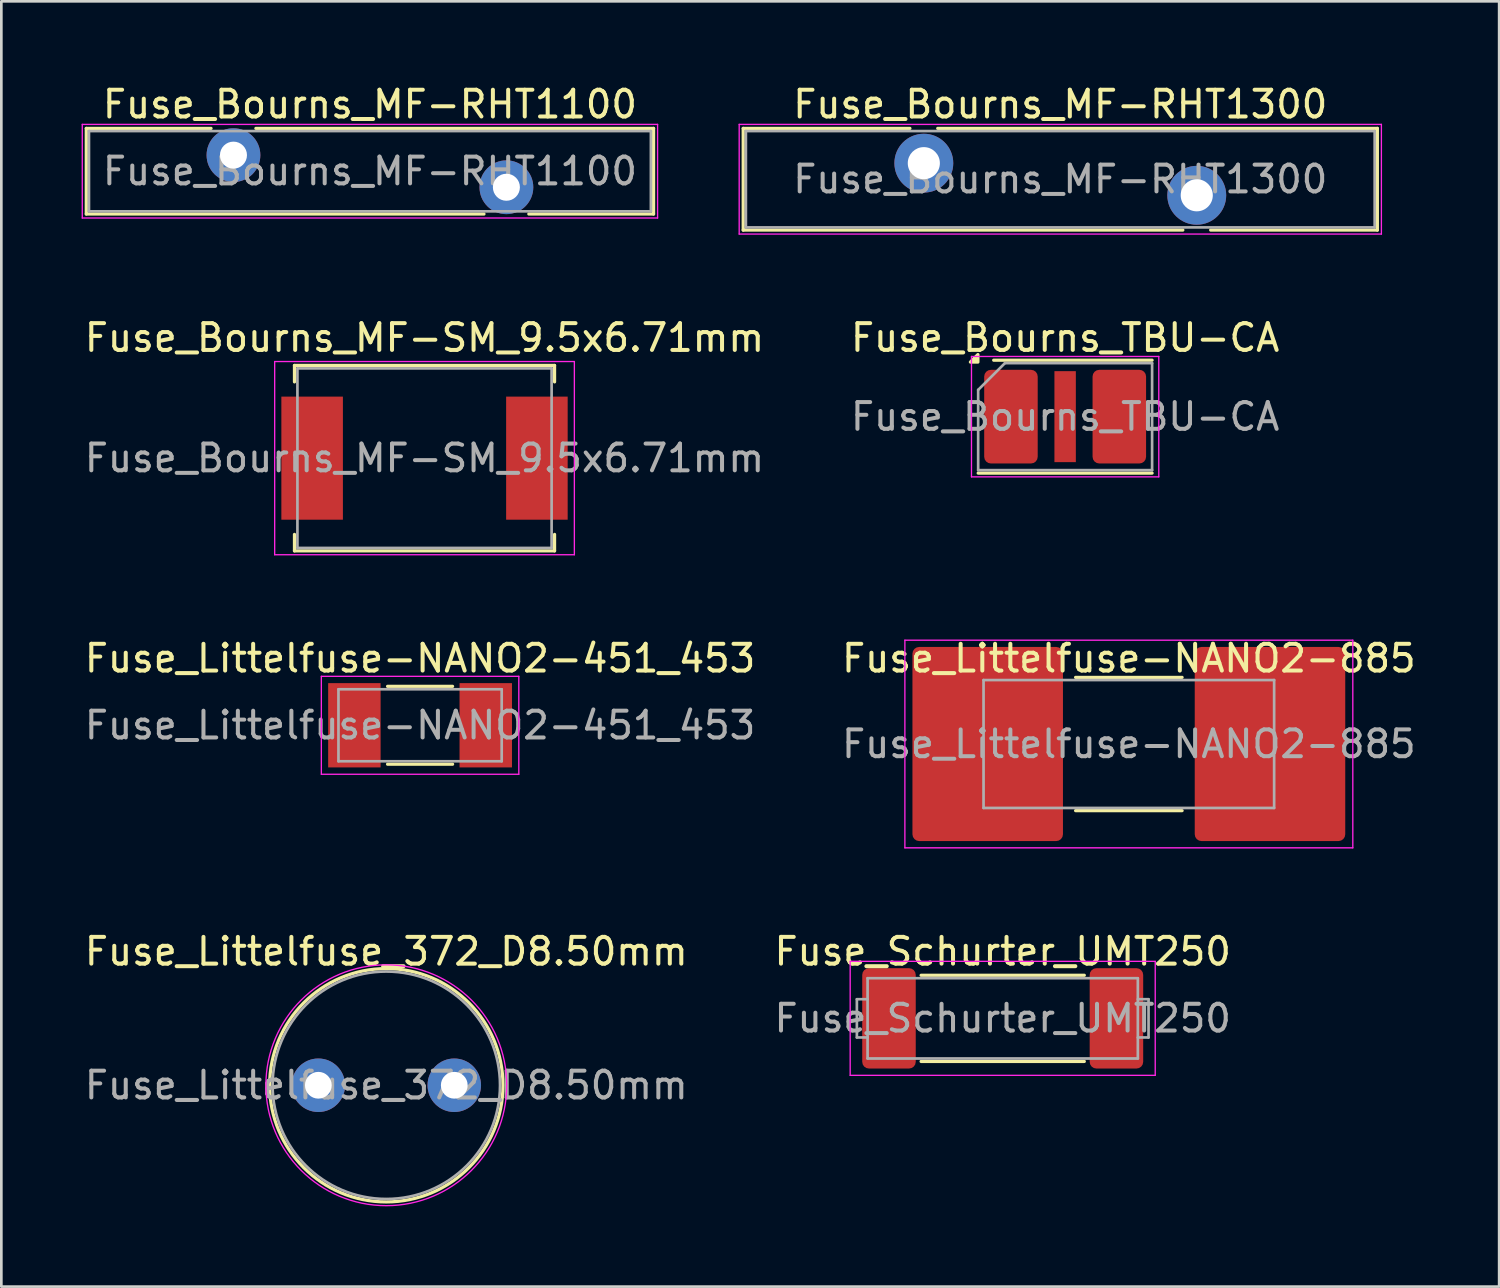
<source format=kicad_pcb>
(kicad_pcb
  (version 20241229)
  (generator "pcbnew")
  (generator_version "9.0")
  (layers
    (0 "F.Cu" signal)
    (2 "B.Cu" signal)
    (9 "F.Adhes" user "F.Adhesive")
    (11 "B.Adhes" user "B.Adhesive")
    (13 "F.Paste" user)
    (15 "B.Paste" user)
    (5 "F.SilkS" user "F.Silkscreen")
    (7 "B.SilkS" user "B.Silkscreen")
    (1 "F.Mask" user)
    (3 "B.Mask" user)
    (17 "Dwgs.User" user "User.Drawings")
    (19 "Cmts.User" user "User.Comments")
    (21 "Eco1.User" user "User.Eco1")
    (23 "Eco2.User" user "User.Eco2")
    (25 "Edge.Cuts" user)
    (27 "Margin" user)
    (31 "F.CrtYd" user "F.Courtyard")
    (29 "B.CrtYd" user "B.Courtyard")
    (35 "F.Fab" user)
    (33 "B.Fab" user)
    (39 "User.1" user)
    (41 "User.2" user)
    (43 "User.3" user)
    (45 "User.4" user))
  (footprint "Fuse_Bourns_MF-RHT1100"
    (layer "F.Cu")
    (at 5.675 2.748)
    (property "Reference" "Fuse_Bourns_MF-RHT1100" (at 5.1 -1.9 0) (layer "F.SilkS") (effects (font (size 1 1) (thickness 0.15))))
    (attr through_hole)
    (fp_line (start -5.5 -1) (end -0.838 -1) (stroke (width 0.12) (type solid)) (layer "F.SilkS"))
    (fp_line (start -5.5 2.2) (end -5.5 -1) (stroke (width 0.12) (type solid)) (layer "F.SilkS"))
    (fp_line (start 0.838 -1) (end 15.7 -1) (stroke (width 0.12) (type solid)) (layer "F.SilkS"))
    (fp_line (start 9.362 2.2) (end -5.5 2.2) (stroke (width 0.12) (type solid)) (layer "F.SilkS"))
    (fp_line (start 15.7 -1) (end 15.7 2.2) (stroke (width 0.12) (type solid)) (layer "F.SilkS"))
    (fp_line (start 15.7 2.2) (end 11.038 2.2) (stroke (width 0.12) (type solid)) (layer "F.SilkS"))
    (fp_line (start -5.65 -1.15) (end -5.65 2.35) (stroke (width 0.05) (type solid)) (layer "F.CrtYd"))
    (fp_line (start -5.65 2.35) (end 15.85 2.35) (stroke (width 0.05) (type solid)) (layer "F.CrtYd"))
    (fp_line (start 15.85 -1.15) (end -5.65 -1.15) (stroke (width 0.05) (type solid)) (layer "F.CrtYd"))
    (fp_line (start 15.85 2.35) (end 15.85 -1.15) (stroke (width 0.05) (type solid)) (layer "F.CrtYd"))
    (fp_line (start -5.4 -0.9) (end -5.4 2.1) (stroke (width 0.1) (type solid)) (layer "F.Fab"))
    (fp_line (start -5.4 2.1) (end 15.6 2.1) (stroke (width 0.1) (type solid)) (layer "F.Fab"))
    (fp_line (start 15.6 -0.9) (end -5.4 -0.9) (stroke (width 0.1) (type solid)) (layer "F.Fab"))
    (fp_line (start 15.6 2.1) (end 15.6 -0.9) (stroke (width 0.1) (type solid)) (layer "F.Fab"))
    (fp_text user "${REFERENCE}" (at 5.1 0.6 0) (layer "F.Fab") (effects (font (size 1 1) (thickness 0.15))))
    (pad "1" thru_hole circle (at 0 0) (size 2.01 2.01) (drill 1.01) (layers "*.Cu" "*.Mask"))
    (pad "2" thru_hole circle (at 10.2 1.2) (size 2.01 2.01) (drill 1.01) (layers "*.Cu" "*.Mask")))
  (footprint "Fuse_Littelfuse-NANO2-885"
    (layer "F.Cu")
    (at 39.137 24.755)
    (property "Reference" "Fuse_Littelfuse-NANO2-885" (at 0 -3.2 0) (unlocked yes) (layer "F.SilkS") (effects (font (size 1 1) (thickness 0.15))))
    (attr smd)
    (fp_line (start -1.99 -2.49) (end 1.99 -2.49) (stroke (width 0.12) (type solid)) (layer "F.SilkS"))
    (fp_line (start -1.99 2.49) (end 1.99 2.49) (stroke (width 0.12) (type solid)) (layer "F.SilkS"))
    (fp_line (start -8.37 -3.88) (end -8.37 3.88) (stroke (width 0.05) (type default)) (layer "F.CrtYd"))
    (fp_line (start -8.37 -3.88) (end 8.37 -3.88) (stroke (width 0.05) (type solid)) (layer "F.CrtYd"))
    (fp_line (start 8.37 -3.88) (end 8.37 3.88) (stroke (width 0.05) (type default)) (layer "F.CrtYd"))
    (fp_line (start 8.37 3.88) (end -8.37 3.88) (stroke (width 0.05) (type solid)) (layer "F.CrtYd"))
    (fp_line (start -5.43 -2.39) (end -5.43 2.39) (stroke (width 0.1) (type default)) (layer "F.Fab"))
    (fp_line (start -5.43 -2.39) (end 5.43 -2.39) (stroke (width 0.1) (type solid)) (layer "F.Fab"))
    (fp_line (start -5.43 2.39) (end 5.43 2.39) (stroke (width 0.1) (type solid)) (layer "F.Fab"))
    (fp_line (start 5.43 -2.39) (end 5.43 2.39) (stroke (width 0.1) (type default)) (layer "F.Fab"))
    (fp_text user "${REFERENCE}" (at 0 0 0) (layer "F.Fab") (effects (font (size 1 1) (thickness 0.15))))
    (pad "1" smd roundrect (at -5.275 0) (size 5.625 7.255) (layers "F.Cu" "F.Mask" "F.Paste") (roundrect_rratio 0.045))
    (pad "2" smd roundrect (at 5.275 0) (size 5.625 7.255) (layers "F.Cu" "F.Mask" "F.Paste") (roundrect_rratio 0.045)))
  (footprint "Fuse_Bourns_MF-RHT1300"
    (layer "F.Cu")
    (at 31.475 3.048)
    (property "Reference" "Fuse_Bourns_MF-RHT1300" (at 5.1 -2.2 0) (layer "F.SilkS") (effects (font (size 1 1) (thickness 0.15))))
    (attr through_hole)
    (fp_line (start -6.75 -1.3) (end -0.52 -1.3) (stroke (width 0.12) (type solid)) (layer "F.SilkS"))
    (fp_line (start -6.75 2.5) (end -6.75 -1.3) (stroke (width 0.12) (type solid)) (layer "F.SilkS"))
    (fp_line (start 0.52 -1.3) (end 16.95 -1.3) (stroke (width 0.12) (type solid)) (layer "F.SilkS"))
    (fp_line (start 9.68 2.5) (end -6.75 2.5) (stroke (width 0.12) (type solid)) (layer "F.SilkS"))
    (fp_line (start 16.95 -1.3) (end 16.95 2.5) (stroke (width 0.12) (type solid)) (layer "F.SilkS"))
    (fp_line (start 16.95 2.5) (end 10.72 2.5) (stroke (width 0.12) (type solid)) (layer "F.SilkS"))
    (fp_line (start -6.9 -1.45) (end -6.9 2.65) (stroke (width 0.05) (type solid)) (layer "F.CrtYd"))
    (fp_line (start -6.9 2.65) (end 17.1 2.65) (stroke (width 0.05) (type solid)) (layer "F.CrtYd"))
    (fp_line (start 17.1 -1.45) (end -6.9 -1.45) (stroke (width 0.05) (type solid)) (layer "F.CrtYd"))
    (fp_line (start 17.1 2.65) (end 17.1 -1.45) (stroke (width 0.05) (type solid)) (layer "F.CrtYd"))
    (fp_line (start -6.65 -1.2) (end -6.65 2.4) (stroke (width 0.1) (type solid)) (layer "F.Fab"))
    (fp_line (start -6.65 2.4) (end 16.85 2.4) (stroke (width 0.1) (type solid)) (layer "F.Fab"))
    (fp_line (start 16.85 -1.2) (end -6.65 -1.2) (stroke (width 0.1) (type solid)) (layer "F.Fab"))
    (fp_line (start 16.85 2.4) (end 16.85 -1.2) (stroke (width 0.1) (type solid)) (layer "F.Fab"))
    (fp_text user "${REFERENCE}" (at 5.1 0.6 0) (layer "F.Fab") (effects (font (size 1 1) (thickness 0.15))))
    (pad "1" thru_hole circle (at 0 0) (size 2.2 2.2) (drill 1.2) (layers "*.Cu" "*.Mask"))
    (pad "2" thru_hole circle (at 10.2 1.2) (size 2.2 2.2) (drill 1.2) (layers "*.Cu" "*.Mask")))
  (footprint "Fuse_Littelfuse-NANO2-451_453"
    (layer "F.Cu")
    (at 12.649 24.055)
    (property "Reference" "Fuse_Littelfuse-NANO2-451_453" (at 0 -2.5 0) (unlocked yes) (layer "F.SilkS") (effects (font (size 1 1) (thickness 0.15))))
    (attr smd)
    (fp_line (start -1.215 -1.455) (end 1.215 -1.455) (stroke (width 0.12) (type solid)) (layer "F.SilkS"))
    (fp_line (start -1.215 1.455) (end 1.215 1.455) (stroke (width 0.12) (type solid)) (layer "F.SilkS"))
    (fp_line (start -3.69 -1.83) (end 3.69 -1.83) (stroke (width 0.05) (type solid)) (layer "F.CrtYd"))
    (fp_line (start -3.69 1.83) (end -3.69 -1.83) (stroke (width 0.05) (type solid)) (layer "F.CrtYd"))
    (fp_line (start 3.69 -1.83) (end 3.69 1.83) (stroke (width 0.05) (type solid)) (layer "F.CrtYd"))
    (fp_line (start 3.69 1.83) (end -3.69 1.83) (stroke (width 0.05) (type solid)) (layer "F.CrtYd"))
    (fp_line (start -3.05 -1.345) (end -3.05 1.345) (stroke (width 0.1) (type solid)) (layer "F.Fab"))
    (fp_line (start -3.05 -1.345) (end 3.05 -1.345) (stroke (width 0.1) (type solid)) (layer "F.Fab"))
    (fp_line (start -3.05 1.345) (end 3.05 1.345) (stroke (width 0.1) (type solid)) (layer "F.Fab"))
    (fp_line (start 3.05 1.345) (end 3.05 -1.345) (stroke (width 0.1) (type solid)) (layer "F.Fab"))
    (fp_text user "${REFERENCE}" (at 0 0 0) (layer "F.Fab") (effects (font (size 1 1) (thickness 0.15))))
    (pad "1" smd rect (at -2.455 0) (size 1.96 3.15) (layers "F.Cu" "F.Mask" "F.Paste"))
    (pad "2" smd rect (at 2.455 0) (size 1.96 3.15) (layers "F.Cu" "F.Mask" "F.Paste")))
  (footprint "Fuse_Bourns_MF-SM_9.5x6.71mm"
    (layer "F.Cu")
    (at 12.815 14.072)
    (property "Reference" "Fuse_Bourns_MF-SM_9.5x6.71mm" (at 0 -4.5 0) (layer "F.SilkS") (effects (font (size 1 1) (thickness 0.15))))
    (attr smd)
    (fp_line (start -4.86 -3.465) (end 4.86 -3.465) (stroke (width 0.12) (type solid)) (layer "F.SilkS"))
    (fp_line (start -4.86 -2.85) (end -4.86 -3.465) (stroke (width 0.12) (type solid)) (layer "F.SilkS"))
    (fp_line (start -4.86 2.85) (end -4.86 3.465) (stroke (width 0.12) (type solid)) (layer "F.SilkS"))
    (fp_line (start -4.86 3.465) (end 4.86 3.465) (stroke (width 0.12) (type solid)) (layer "F.SilkS"))
    (fp_line (start 4.86 -2.85) (end 4.86 -3.465) (stroke (width 0.12) (type solid)) (layer "F.SilkS"))
    (fp_line (start 4.86 2.85) (end 4.86 3.465) (stroke (width 0.12) (type solid)) (layer "F.SilkS"))
    (fp_line (start -5.6 -3.61) (end 5.6 -3.61) (stroke (width 0.05) (type solid)) (layer "F.CrtYd"))
    (fp_line (start -5.6 3.61) (end -5.6 -3.61) (stroke (width 0.05) (type solid)) (layer "F.CrtYd"))
    (fp_line (start 5.6 -3.61) (end 5.6 3.61) (stroke (width 0.05) (type solid)) (layer "F.CrtYd"))
    (fp_line (start 5.6 3.61) (end -5.6 3.61) (stroke (width 0.05) (type solid)) (layer "F.CrtYd"))
    (fp_line (start -4.75 -3.355) (end 4.75 -3.355) (stroke (width 0.1) (type solid)) (layer "F.Fab"))
    (fp_line (start -4.75 3.355) (end -4.75 -3.355) (stroke (width 0.1) (type solid)) (layer "F.Fab"))
    (fp_line (start 4.75 -3.355) (end 4.75 3.355) (stroke (width 0.1) (type solid)) (layer "F.Fab"))
    (fp_line (start 4.75 3.355) (end -4.75 3.355) (stroke (width 0.1) (type solid)) (layer "F.Fab"))
    (fp_text user "${REFERENCE}" (at 0 0 0) (layer "F.Fab") (effects (font (size 1 1) (thickness 0.15))))
    (pad "1" smd rect (at -4.2 0) (size 2.3 4.6) (layers "F.Cu" "F.Mask" "F.Paste"))
    (pad "2" smd rect (at 4.2 0) (size 2.3 4.6) (layers "F.Cu" "F.Mask" "F.Paste")))
  (footprint "Fuse_Littelfuse_372_D8.50mm"
    (layer "F.Cu")
    (at 8.847 37.508)
    (property "Reference" "Fuse_Littelfuse_372_D8.50mm" (at 2.54 -5 0) (layer "F.SilkS") (effects (font (size 1 1) (thickness 0.15))))
    (attr through_hole)
    (fp_circle (center 2.54 0) (end 6.9 0) (stroke (width 0.12) (type solid)) (fill no) (layer "F.SilkS"))
    (fp_circle (center 2.54 0) (end 7.04 0) (stroke (width 0.05) (type solid)) (fill no) (layer "F.CrtYd"))
    (fp_circle (center 2.54 0) (end 6.79 0) (stroke (width 0.1) (type solid)) (fill no) (layer "F.Fab"))
    (fp_text user "${REFERENCE}" (at 2.54 0 0) (layer "F.Fab") (effects (font (size 1 1) (thickness 0.15))))
    (pad "1" thru_hole circle (at 0 0) (size 2 2) (drill 1) (layers "*.Cu" "*.Mask"))
    (pad "2" thru_hole circle (at 5.08 0) (size 2 2) (drill 1) (layers "*.Cu" "*.Mask")))
  (footprint "Fuse_Bourns_TBU-CA"
    (layer "F.Cu")
    (at 36.756 12.521)
    (property "Reference" "Fuse_Bourns_TBU-CA" (at 0 -2.95 0) (layer "F.SilkS") (effects (font (size 1 1) (thickness 0.15))))
    (attr smd)
    (fp_line (start -3.25 2.11) (end 3.25 2.11) (stroke (width 0.12) (type solid)) (layer "F.SilkS"))
    (fp_line (start -2.67 -2.11) (end 3.25 -2.11) (stroke (width 0.12) (type solid)) (layer "F.SilkS"))
    (fp_poly (pts (xy -3.26 -2.04) (xy -3.54 -2.04) (xy -3.26 -2.32) (xy -3.26 -2.04)) (stroke (width 0.12) (type solid)) (fill yes) (layer "F.SilkS"))
    (fp_line (start -3.5 -2.25) (end -3.5 2.25) (stroke (width 0.05) (type solid)) (layer "F.CrtYd"))
    (fp_line (start -3.5 2.25) (end 3.5 2.25) (stroke (width 0.05) (type solid)) (layer "F.CrtYd"))
    (fp_line (start 3.5 -2.25) (end -3.5 -2.25) (stroke (width 0.05) (type solid)) (layer "F.CrtYd"))
    (fp_line (start 3.5 2.25) (end 3.5 -2.25) (stroke (width 0.05) (type solid)) (layer "F.CrtYd"))
    (fp_line (start -3.25 -1) (end -2.25 -2) (stroke (width 0.1) (type solid)) (layer "F.Fab"))
    (fp_line (start -3.25 2) (end -3.25 -1) (stroke (width 0.1) (type solid)) (layer "F.Fab"))
    (fp_line (start -2.25 -2) (end 3.25 -2) (stroke (width 0.1) (type solid)) (layer "F.Fab"))
    (fp_line (start 3.25 -2) (end 3.25 2) (stroke (width 0.1) (type solid)) (layer "F.Fab"))
    (fp_line (start 3.25 2) (end -3.25 2) (stroke (width 0.1) (type solid)) (layer "F.Fab"))
    (fp_text user "${REFERENCE}" (at 0 0 0) (layer "F.Fab") (effects (font (size 1 1) (thickness 0.15))))
    (pad "1" smd roundrect (at -2.025 0) (size 2 3.5) (layers "F.Cu" "F.Mask" "F.Paste") (roundrect_rratio 0.125))
    (pad "2" smd rect (at 0 0) (size 0.8 3.4) (layers "F.Cu" "F.Mask" "F.Paste"))
    (pad "3" smd roundrect (at 2.025 0) (size 2 3.5) (layers "F.Cu" "F.Mask" "F.Paste") (roundrect_rratio 0.125)))
  (footprint "Fuse_Schurter_UMT250"
    (layer "F.Cu")
    (at 34.423 35.008)
    (property "Reference" "Fuse_Schurter_UMT250" (at 0 -2.5 0) (layer "F.SilkS") (effects (font (size 1 1) (thickness 0.15))))
    (attr smd)
    (fp_line (start -3.05 -1.61) (end 3.05 -1.61) (stroke (width 0.12) (type solid)) (layer "F.SilkS"))
    (fp_line (start -3.05 1.61) (end 3.05 1.61) (stroke (width 0.12) (type solid)) (layer "F.SilkS"))
    (fp_line (start -5.7 -2.13) (end 5.7 -2.13) (stroke (width 0.05) (type solid)) (layer "F.CrtYd"))
    (fp_line (start -5.7 2.13) (end -5.7 -2.13) (stroke (width 0.05) (type solid)) (layer "F.CrtYd"))
    (fp_line (start 5.7 -2.13) (end 5.7 2.13) (stroke (width 0.05) (type solid)) (layer "F.CrtYd"))
    (fp_line (start 5.7 2.13) (end -5.7 2.13) (stroke (width 0.05) (type solid)) (layer "F.CrtYd"))
    (fp_line (start -5.45 0.715) (end -5.45 -0.715) (stroke (width 0.1) (type solid)) (layer "F.Fab"))
    (fp_line (start -5.05 -1.5) (end 5.05 -1.5) (stroke (width 0.1) (type solid)) (layer "F.Fab"))
    (fp_line (start -5.05 -0.715) (end -5.45 -0.715) (stroke (width 0.1) (type solid)) (layer "F.Fab"))
    (fp_line (start -5.05 0.715) (end -5.45 0.715) (stroke (width 0.1) (type solid)) (layer "F.Fab"))
    (fp_line (start -5.05 1.5) (end -5.05 -1.5) (stroke (width 0.1) (type solid)) (layer "F.Fab"))
    (fp_line (start 5.05 -1.5) (end 5.05 1.5) (stroke (width 0.1) (type solid)) (layer "F.Fab"))
    (fp_line (start 5.05 -0.715) (end 5.45 -0.715) (stroke (width 0.1) (type solid)) (layer "F.Fab"))
    (fp_line (start 5.05 0.715) (end 5.45 0.715) (stroke (width 0.1) (type solid)) (layer "F.Fab"))
    (fp_line (start 5.05 1.5) (end -5.05 1.5) (stroke (width 0.1) (type solid)) (layer "F.Fab"))
    (fp_line (start 5.45 -0.715) (end 5.45 0.715) (stroke (width 0.1) (type solid)) (layer "F.Fab"))
    (fp_text user "${REFERENCE}" (at 0 0 0) (layer "F.Fab") (effects (font (size 1 1) (thickness 0.15))))
    (pad "1" smd roundrect (at -4.25 0) (size 2 3.75) (layers "F.Cu" "F.Mask" "F.Paste") (roundrect_rratio 0.125))
    (pad "2" smd roundrect (at 4.25 0) (size 2 3.75) (layers "F.Cu" "F.Mask" "F.Paste") (roundrect_rratio 0.125)))
  (gr_rect
    (start -3 -3)
    (end 52.976 45.033)
    (stroke (width 0.1) (type default))
    (fill no)
    (layer "Edge.Cuts")))
</source>
